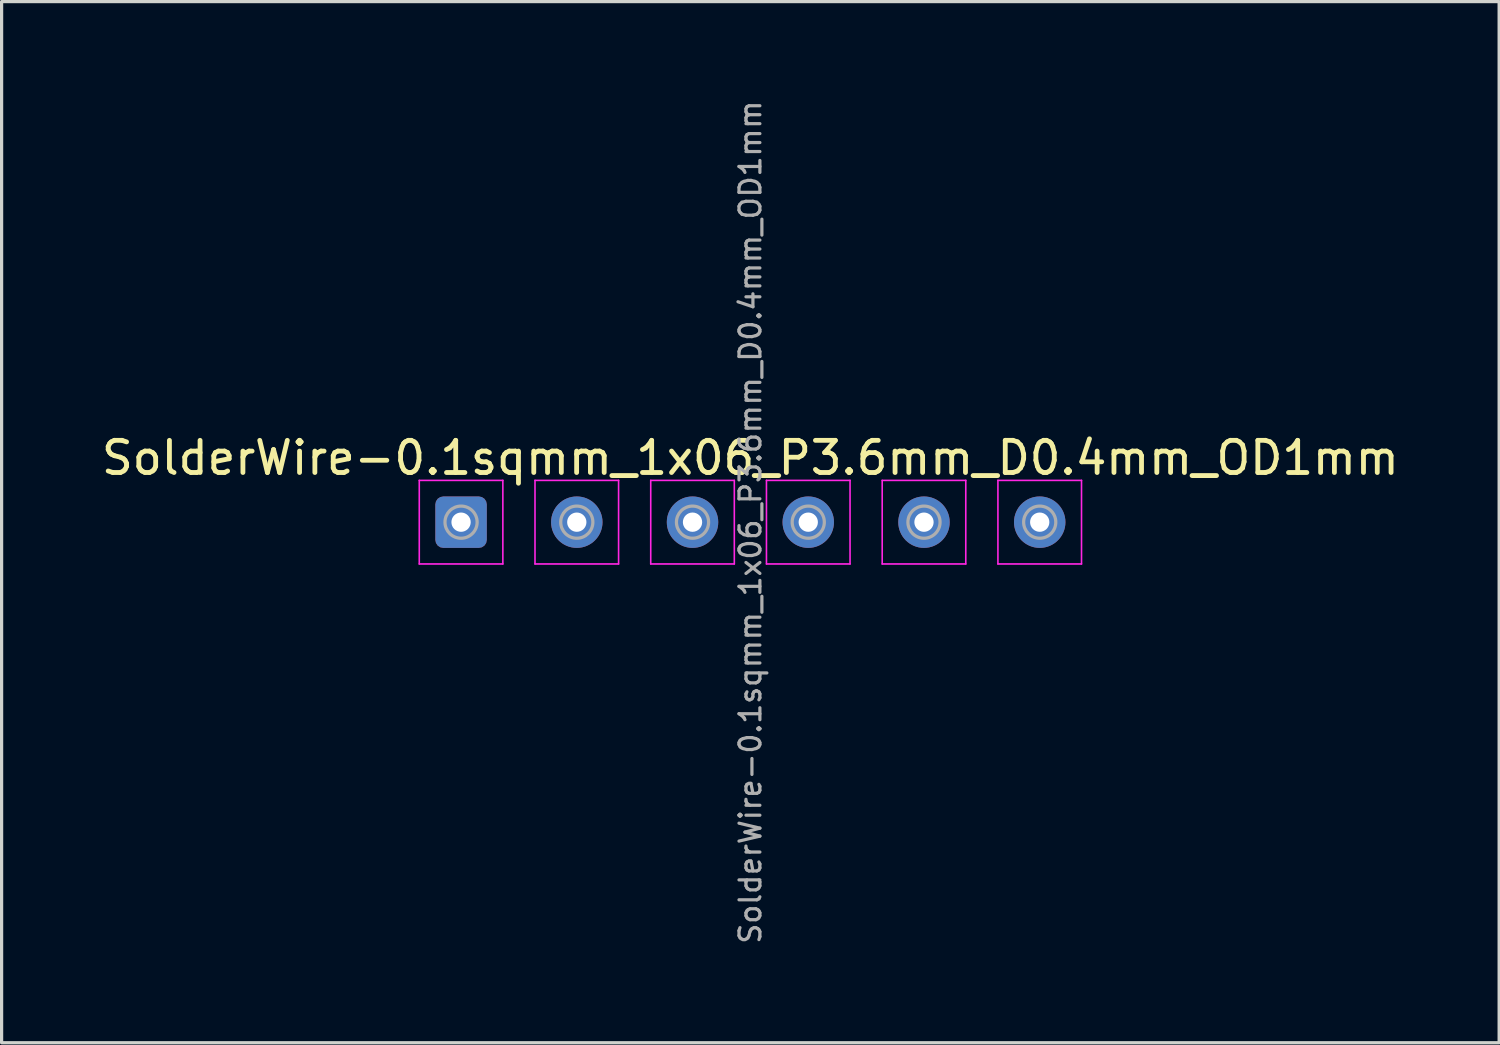
<source format=kicad_pcb>
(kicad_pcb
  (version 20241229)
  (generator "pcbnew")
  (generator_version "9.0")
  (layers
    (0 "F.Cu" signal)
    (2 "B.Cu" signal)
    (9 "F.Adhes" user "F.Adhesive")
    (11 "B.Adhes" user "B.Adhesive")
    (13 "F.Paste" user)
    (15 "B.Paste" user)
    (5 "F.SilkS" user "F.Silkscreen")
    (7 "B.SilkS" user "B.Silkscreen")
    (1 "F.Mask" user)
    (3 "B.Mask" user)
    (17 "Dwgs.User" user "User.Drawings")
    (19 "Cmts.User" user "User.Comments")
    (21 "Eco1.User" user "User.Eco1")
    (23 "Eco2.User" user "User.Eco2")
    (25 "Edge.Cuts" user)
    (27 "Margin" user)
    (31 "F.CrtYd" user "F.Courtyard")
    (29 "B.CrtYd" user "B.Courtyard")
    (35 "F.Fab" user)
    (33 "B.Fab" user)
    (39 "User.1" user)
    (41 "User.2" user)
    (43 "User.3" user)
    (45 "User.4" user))
  (footprint "SolderWire-0.1sqmm_1x06_P3.6mm_D0.4mm_OD1mm"
    (layer "F.Cu")
    (at 11.292 13.193)
    (property "Reference" "SolderWire-0.1sqmm_1x06_P3.6mm_D0.4mm_OD1mm" (at 9 -2 0) (layer "F.SilkS") (effects (font (size 1 1) (thickness 0.15))))
    (attr exclude_from_pos_files exclude_from_bom)
    (fp_line (start -1.3 -1.3) (end -1.3 1.3) (stroke (width 0.05) (type solid)) (layer "F.CrtYd"))
    (fp_line (start -1.3 1.3) (end 1.3 1.3) (stroke (width 0.05) (type solid)) (layer "F.CrtYd"))
    (fp_line (start 1.3 -1.3) (end -1.3 -1.3) (stroke (width 0.05) (type solid)) (layer "F.CrtYd"))
    (fp_line (start 1.3 1.3) (end 1.3 -1.3) (stroke (width 0.05) (type solid)) (layer "F.CrtYd"))
    (fp_line (start 2.3 -1.3) (end 2.3 1.3) (stroke (width 0.05) (type solid)) (layer "F.CrtYd"))
    (fp_line (start 2.3 1.3) (end 4.9 1.3) (stroke (width 0.05) (type solid)) (layer "F.CrtYd"))
    (fp_line (start 4.9 -1.3) (end 2.3 -1.3) (stroke (width 0.05) (type solid)) (layer "F.CrtYd"))
    (fp_line (start 4.9 1.3) (end 4.9 -1.3) (stroke (width 0.05) (type solid)) (layer "F.CrtYd"))
    (fp_line (start 5.9 -1.3) (end 5.9 1.3) (stroke (width 0.05) (type solid)) (layer "F.CrtYd"))
    (fp_line (start 5.9 1.3) (end 8.5 1.3) (stroke (width 0.05) (type solid)) (layer "F.CrtYd"))
    (fp_line (start 8.5 -1.3) (end 5.9 -1.3) (stroke (width 0.05) (type solid)) (layer "F.CrtYd"))
    (fp_line (start 8.5 1.3) (end 8.5 -1.3) (stroke (width 0.05) (type solid)) (layer "F.CrtYd"))
    (fp_line (start 9.5 -1.3) (end 9.5 1.3) (stroke (width 0.05) (type solid)) (layer "F.CrtYd"))
    (fp_line (start 9.5 1.3) (end 12.1 1.3) (stroke (width 0.05) (type solid)) (layer "F.CrtYd"))
    (fp_line (start 12.1 -1.3) (end 9.5 -1.3) (stroke (width 0.05) (type solid)) (layer "F.CrtYd"))
    (fp_line (start 12.1 1.3) (end 12.1 -1.3) (stroke (width 0.05) (type solid)) (layer "F.CrtYd"))
    (fp_line (start 13.1 -1.3) (end 13.1 1.3) (stroke (width 0.05) (type solid)) (layer "F.CrtYd"))
    (fp_line (start 13.1 1.3) (end 15.7 1.3) (stroke (width 0.05) (type solid)) (layer "F.CrtYd"))
    (fp_line (start 15.7 -1.3) (end 13.1 -1.3) (stroke (width 0.05) (type solid)) (layer "F.CrtYd"))
    (fp_line (start 15.7 1.3) (end 15.7 -1.3) (stroke (width 0.05) (type solid)) (layer "F.CrtYd"))
    (fp_line (start 16.7 -1.3) (end 16.7 1.3) (stroke (width 0.05) (type solid)) (layer "F.CrtYd"))
    (fp_line (start 16.7 1.3) (end 19.3 1.3) (stroke (width 0.05) (type solid)) (layer "F.CrtYd"))
    (fp_line (start 19.3 -1.3) (end 16.7 -1.3) (stroke (width 0.05) (type solid)) (layer "F.CrtYd"))
    (fp_line (start 19.3 1.3) (end 19.3 -1.3) (stroke (width 0.05) (type solid)) (layer "F.CrtYd"))
    (fp_circle (center 0 0) (end 0.5 0) (stroke (width 0.1) (type solid)) (fill no) (layer "F.Fab"))
    (fp_circle (center 3.6 0) (end 4.1 0) (stroke (width 0.1) (type solid)) (fill no) (layer "F.Fab"))
    (fp_circle (center 7.2 0) (end 7.7 0) (stroke (width 0.1) (type solid)) (fill no) (layer "F.Fab"))
    (fp_circle (center 10.8 0) (end 11.3 0) (stroke (width 0.1) (type solid)) (fill no) (layer "F.Fab"))
    (fp_circle (center 14.4 0) (end 14.9 0) (stroke (width 0.1) (type solid)) (fill no) (layer "F.Fab"))
    (fp_circle (center 18 0) (end 18.5 0) (stroke (width 0.1) (type solid)) (fill no) (layer "F.Fab"))
    (fp_text user "${REFERENCE}" (at 9 0 90) (layer "F.Fab") (effects (font (size 0.65 0.65) (thickness 0.1))))
    (pad "1" thru_hole roundrect (at 0 0) (size 1.6 1.6) (drill 0.6) (layers "*.Cu" "*.Mask") (roundrect_rratio 0.156))
    (pad "2" thru_hole circle (at 3.6 0) (size 1.6 1.6) (drill 0.6) (layers "*.Cu" "*.Mask"))
    (pad "3" thru_hole circle (at 7.2 0) (size 1.6 1.6) (drill 0.6) (layers "*.Cu" "*.Mask"))
    (pad "4" thru_hole circle (at 10.8 0) (size 1.6 1.6) (drill 0.6) (layers "*.Cu" "*.Mask"))
    (pad "5" thru_hole circle (at 14.4 0) (size 1.6 1.6) (drill 0.6) (layers "*.Cu" "*.Mask"))
    (pad "6" thru_hole circle (at 18 0) (size 1.6 1.6) (drill 0.6) (layers "*.Cu" "*.Mask")))
  (gr_rect
    (start -3 -3)
    (end 43.583 29.387)
    (stroke (width 0.1) (type default))
    (fill no)
    (layer "Edge.Cuts")))
</source>
